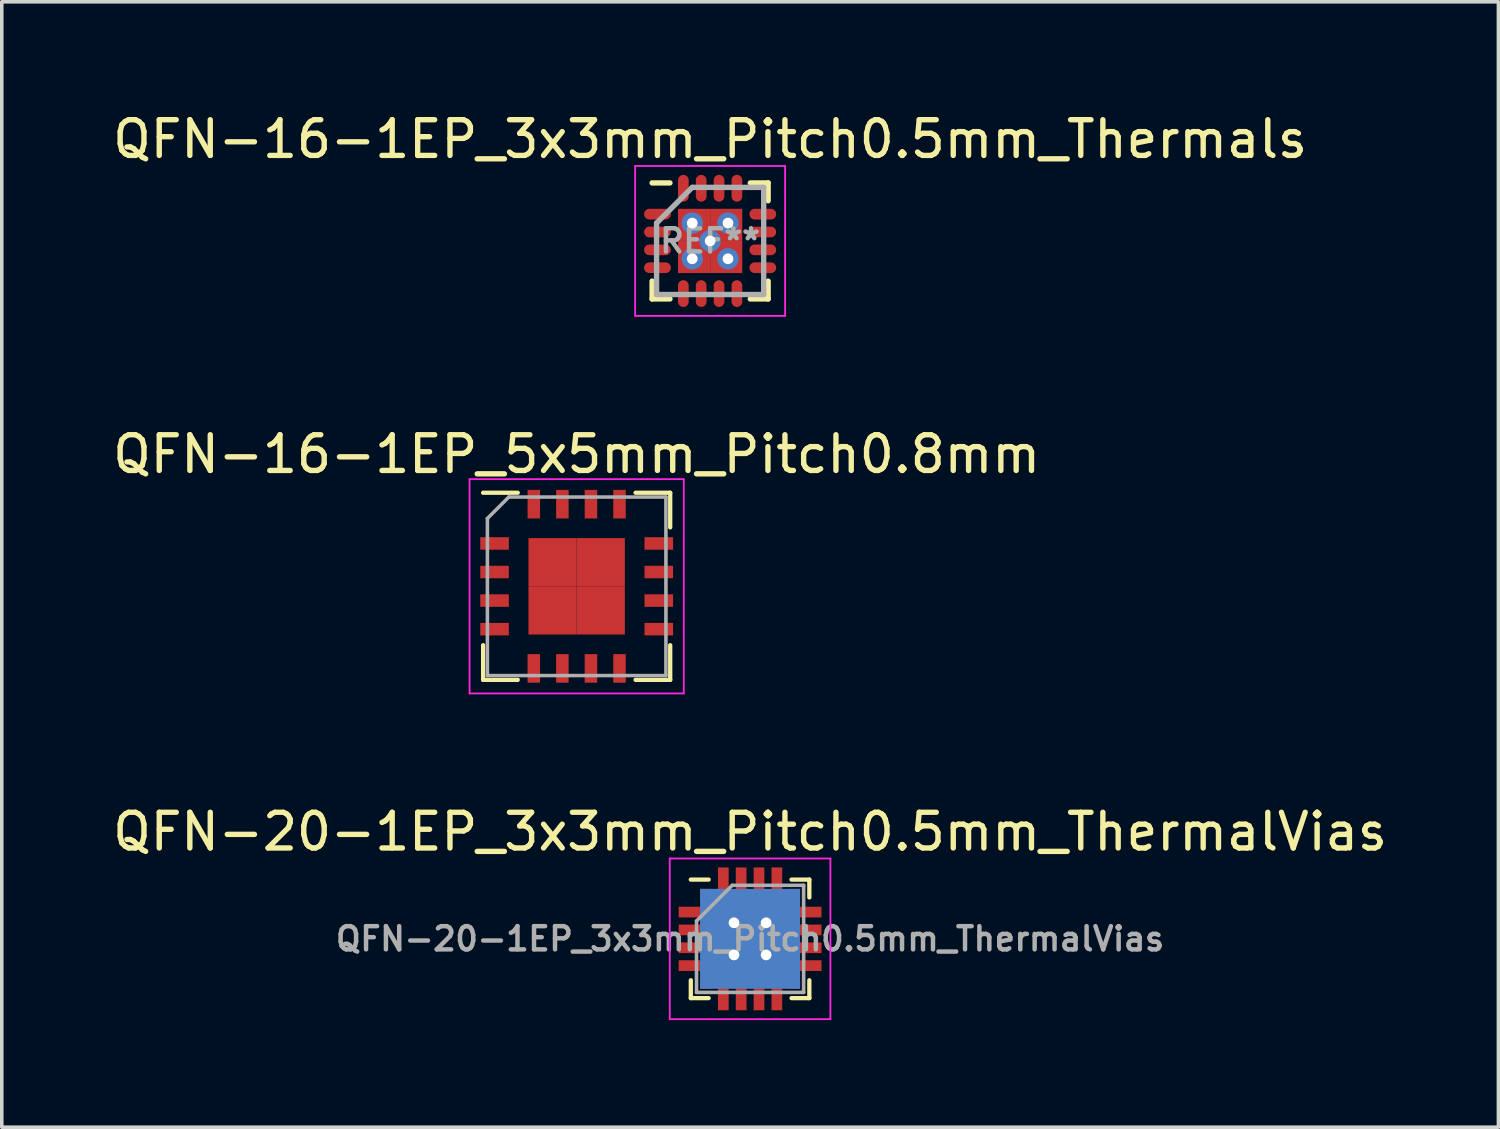
<source format=kicad_pcb>
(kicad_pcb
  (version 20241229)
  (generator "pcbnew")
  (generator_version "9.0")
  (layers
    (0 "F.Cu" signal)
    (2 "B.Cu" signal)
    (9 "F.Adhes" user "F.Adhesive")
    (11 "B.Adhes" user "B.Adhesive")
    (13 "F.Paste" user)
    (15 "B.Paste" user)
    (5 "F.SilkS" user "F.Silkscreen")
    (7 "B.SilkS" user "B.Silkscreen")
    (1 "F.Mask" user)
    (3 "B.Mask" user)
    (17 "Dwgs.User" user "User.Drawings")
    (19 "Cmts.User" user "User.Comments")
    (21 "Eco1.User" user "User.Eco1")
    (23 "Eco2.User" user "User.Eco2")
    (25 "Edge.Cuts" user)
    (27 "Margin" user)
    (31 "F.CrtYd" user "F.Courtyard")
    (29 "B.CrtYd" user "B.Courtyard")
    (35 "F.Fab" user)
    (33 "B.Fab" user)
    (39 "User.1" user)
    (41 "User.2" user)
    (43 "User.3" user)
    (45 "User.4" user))
  (footprint "QFN-16-1EP_3x3mm_Pitch0.5mm_Thermals"
    (layer "F.Cu")
    (at 16.839 3.698)
    (property "Reference" "QFN-16-1EP_3x3mm_Pitch0.5mm_Thermals" (at 0 -2.85 0) (layer "F.SilkS") (effects (font (size 1 1) (thickness 0.15))))
    (attr smd)
    (fp_line (start -1.625 -1.625) (end -1.125 -1.625) (stroke (width 0.15) (type solid)) (layer "F.SilkS"))
    (fp_line (start -1.625 1.625) (end -1.625 1.125) (stroke (width 0.15) (type solid)) (layer "F.SilkS"))
    (fp_line (start -1.625 1.625) (end -1.125 1.625) (stroke (width 0.15) (type solid)) (layer "F.SilkS"))
    (fp_line (start 1.625 -1.625) (end 1.125 -1.625) (stroke (width 0.15) (type solid)) (layer "F.SilkS"))
    (fp_line (start 1.625 -1.625) (end 1.625 -1.125) (stroke (width 0.15) (type solid)) (layer "F.SilkS"))
    (fp_line (start 1.625 1.625) (end 1.125 1.625) (stroke (width 0.15) (type solid)) (layer "F.SilkS"))
    (fp_line (start 1.625 1.625) (end 1.625 1.125) (stroke (width 0.15) (type solid)) (layer "F.SilkS"))
    (fp_line (start -2.1 -2.1) (end -2.1 2.1) (stroke (width 0.05) (type solid)) (layer "F.CrtYd"))
    (fp_line (start -2.1 -2.1) (end 2.1 -2.1) (stroke (width 0.05) (type solid)) (layer "F.CrtYd"))
    (fp_line (start -2.1 2.1) (end 2.1 2.1) (stroke (width 0.05) (type solid)) (layer "F.CrtYd"))
    (fp_line (start 2.1 -2.1) (end 2.1 2.1) (stroke (width 0.05) (type solid)) (layer "F.CrtYd"))
    (fp_line (start -1.5 -0.5) (end -0.5 -1.5) (stroke (width 0.15) (type solid)) (layer "F.Fab"))
    (fp_line (start -1.5 1.5) (end -1.5 -0.5) (stroke (width 0.15) (type solid)) (layer "F.Fab"))
    (fp_line (start -0.5 -1.5) (end 1.5 -1.5) (stroke (width 0.15) (type solid)) (layer "F.Fab"))
    (fp_line (start 1.5 -1.5) (end 1.5 1.5) (stroke (width 0.15) (type solid)) (layer "F.Fab"))
    (fp_line (start 1.5 1.5) (end -1.5 1.5) (stroke (width 0.15) (type solid)) (layer "F.Fab"))
    (fp_text user "REF**" (at 0 0 0) (layer "F.Fab") (effects (font (size 0.65 0.65) (thickness 0.125))))
    (pad "1" smd oval (at -1.475 -0.75) (size 0.75 0.3) (layers "F.Cu" "F.Mask" "F.Paste"))
    (pad "2" smd oval (at -1.475 -0.25) (size 0.75 0.3) (layers "F.Cu" "F.Mask" "F.Paste"))
    (pad "3" smd oval (at -1.475 0.25) (size 0.75 0.3) (layers "F.Cu" "F.Mask" "F.Paste"))
    (pad "4" smd oval (at -1.475 0.75) (size 0.75 0.3) (layers "F.Cu" "F.Mask" "F.Paste"))
    (pad "5" smd oval (at -0.75 1.475 90) (size 0.75 0.3) (layers "F.Cu" "F.Mask" "F.Paste"))
    (pad "6" smd oval (at -0.25 1.475 90) (size 0.75 0.3) (layers "F.Cu" "F.Mask" "F.Paste"))
    (pad "7" smd oval (at 0.25 1.475 90) (size 0.75 0.3) (layers "F.Cu" "F.Mask" "F.Paste"))
    (pad "8" smd oval (at 0.75 1.475 90) (size 0.75 0.3) (layers "F.Cu" "F.Mask" "F.Paste"))
    (pad "9" smd oval (at 1.475 0.75) (size 0.75 0.3) (layers "F.Cu" "F.Mask" "F.Paste"))
    (pad "10" smd oval (at 1.475 0.25) (size 0.75 0.3) (layers "F.Cu" "F.Mask" "F.Paste"))
    (pad "11" smd oval (at 1.475 -0.25) (size 0.75 0.3) (layers "F.Cu" "F.Mask" "F.Paste"))
    (pad "12" smd oval (at 1.475 -0.75) (size 0.75 0.3) (layers "F.Cu" "F.Mask" "F.Paste"))
    (pad "13" smd oval (at 0.75 -1.475 90) (size 0.75 0.3) (layers "F.Cu" "F.Mask" "F.Paste"))
    (pad "14" smd oval (at 0.25 -1.475 90) (size 0.75 0.3) (layers "F.Cu" "F.Mask" "F.Paste"))
    (pad "15" smd oval (at -0.25 -1.475 90) (size 0.75 0.3) (layers "F.Cu" "F.Mask" "F.Paste"))
    (pad "16" smd oval (at -0.75 -1.475 90) (size 0.75 0.3) (layers "F.Cu" "F.Mask" "F.Paste"))
    (pad "17" thru_hole circle (at -0.5 -0.5) (size 0.6 0.6) (drill 0.3) (layers "*.Cu"))
    (pad "17" thru_hole circle (at -0.5 0.5) (size 0.6 0.6) (drill 0.3) (layers "*.Cu"))
    (pad "17" smd rect (at -0.45 -0.45) (size 0.9 0.9) (layers "F.Cu" "F.Mask" "F.Paste"))
    (pad "17" smd rect (at -0.45 0.45) (size 0.9 0.9) (layers "F.Cu" "F.Mask" "F.Paste"))
    (pad "17" thru_hole circle (at 0 0) (size 0.6 0.6) (drill 0.3) (layers "*.Cu"))
    (pad "17" smd rect (at 0.45 -0.45) (size 0.9 0.9) (layers "F.Cu" "F.Mask" "F.Paste"))
    (pad "17" smd rect (at 0.45 0.45) (size 0.9 0.9) (layers "F.Cu" "F.Mask" "F.Paste"))
    (pad "17" thru_hole circle (at 0.5 -0.5) (size 0.6 0.6) (drill 0.3) (layers "*.Cu"))
    (pad "17" thru_hole circle (at 0.5 0.5) (size 0.6 0.6) (drill 0.3) (layers "*.Cu")))
  (footprint "QFN-20-1EP_3x3mm_Pitch0.5mm_ThermalVias"
    (layer "F.Cu")
    (at 17.958 23.245)
    (property "Reference" "QFN-20-1EP_3x3mm_Pitch0.5mm_ThermalVias" (at 0 -3 0) (layer "F.SilkS") (effects (font (size 1 1) (thickness 0.15))))
    (attr smd)
    (fp_line (start -1.66 -1.66) (end -1.16 -1.66) (stroke (width 0.12) (type solid)) (layer "F.SilkS"))
    (fp_line (start -1.66 1.66) (end -1.66 1.16) (stroke (width 0.12) (type solid)) (layer "F.SilkS"))
    (fp_line (start -1.16 1.66) (end -1.66 1.66) (stroke (width 0.12) (type solid)) (layer "F.SilkS"))
    (fp_line (start 1.16 -1.66) (end 1.66 -1.66) (stroke (width 0.12) (type solid)) (layer "F.SilkS"))
    (fp_line (start 1.16 1.66) (end 1.66 1.66) (stroke (width 0.12) (type solid)) (layer "F.SilkS"))
    (fp_line (start 1.66 -1.66) (end 1.66 -1.16) (stroke (width 0.12) (type solid)) (layer "F.SilkS"))
    (fp_line (start 1.66 1.66) (end 1.66 1.16) (stroke (width 0.12) (type solid)) (layer "F.SilkS"))
    (fp_line (start -2.25 -2.25) (end -2.25 2.25) (stroke (width 0.05) (type solid)) (layer "F.CrtYd"))
    (fp_line (start -2.25 2.25) (end 2.25 2.25) (stroke (width 0.05) (type solid)) (layer "F.CrtYd"))
    (fp_line (start 2.25 -2.25) (end -2.25 -2.25) (stroke (width 0.05) (type solid)) (layer "F.CrtYd"))
    (fp_line (start 2.25 2.25) (end 2.25 -2.25) (stroke (width 0.05) (type solid)) (layer "F.CrtYd"))
    (fp_line (start -1.5 -0.5) (end -0.5 -1.5) (stroke (width 0.1) (type solid)) (layer "F.Fab"))
    (fp_line (start -1.5 1.5) (end -1.5 -0.5) (stroke (width 0.1) (type solid)) (layer "F.Fab"))
    (fp_line (start -0.5 -1.5) (end 1.5 -1.5) (stroke (width 0.1) (type solid)) (layer "F.Fab"))
    (fp_line (start 1.5 -1.5) (end 1.5 1.5) (stroke (width 0.1) (type solid)) (layer "F.Fab"))
    (fp_line (start 1.5 1.5) (end -1.5 1.5) (stroke (width 0.1) (type solid)) (layer "F.Fab"))
    (fp_text user "${REFERENCE}" (at 0 0 0) (layer "F.Fab") (effects (font (size 0.65 0.65) (thickness 0.125))))
    (pad "1" smd rect (at -1.25 -1.25) (size 0.3 0.3) (layers "F.Cu" "F.Mask" "F.Paste"))
    (pad "2" smd rect (at -1.55 -0.75) (size 0.9 0.3) (layers "F.Cu" "F.Mask" "F.Paste"))
    (pad "3" smd rect (at -1.55 -0.25) (size 0.9 0.3) (layers "F.Cu" "F.Mask" "F.Paste"))
    (pad "4" smd rect (at -1.55 0.25) (size 0.9 0.3) (layers "F.Cu" "F.Mask" "F.Paste"))
    (pad "5" smd rect (at -1.55 0.75) (size 0.9 0.3) (layers "F.Cu" "F.Mask" "F.Paste"))
    (pad "6" smd rect (at -1.25 1.25) (size 0.3 0.3) (layers "F.Cu" "F.Mask" "F.Paste"))
    (pad "7" smd rect (at -0.75 1.55 90) (size 0.9 0.3) (layers "F.Cu" "F.Mask" "F.Paste"))
    (pad "8" smd rect (at -0.25 1.55 90) (size 0.9 0.3) (layers "F.Cu" "F.Mask" "F.Paste"))
    (pad "9" smd rect (at 0.25 1.55 90) (size 0.9 0.3) (layers "F.Cu" "F.Mask" "F.Paste"))
    (pad "10" smd rect (at 0.75 1.55 90) (size 0.9 0.3) (layers "F.Cu" "F.Mask" "F.Paste"))
    (pad "11" smd rect (at 1.25 1.25) (size 0.3 0.3) (layers "F.Cu" "F.Mask" "F.Paste"))
    (pad "12" smd rect (at 1.55 0.75) (size 0.9 0.3) (layers "F.Cu" "F.Mask" "F.Paste"))
    (pad "13" smd rect (at 1.55 0.25) (size 0.9 0.3) (layers "F.Cu" "F.Mask" "F.Paste"))
    (pad "14" smd rect (at 1.55 -0.25) (size 0.9 0.3) (layers "F.Cu" "F.Mask" "F.Paste"))
    (pad "15" smd rect (at 1.55 -0.75) (size 0.9 0.3) (layers "F.Cu" "F.Mask" "F.Paste"))
    (pad "16" smd rect (at 1.25 -1.25) (size 0.3 0.3) (layers "F.Cu" "F.Mask" "F.Paste"))
    (pad "17" smd rect (at 0.75 -1.55 90) (size 0.9 0.3) (layers "F.Cu" "F.Mask" "F.Paste"))
    (pad "18" smd rect (at 0.25 -1.55 90) (size 0.9 0.3) (layers "F.Cu" "F.Mask" "F.Paste"))
    (pad "19" smd rect (at -0.25 -1.55 90) (size 0.9 0.3) (layers "F.Cu" "F.Mask" "F.Paste"))
    (pad "20" smd rect (at -0.75 -1.55 90) (size 0.9 0.3) (layers "F.Cu" "F.Mask" "F.Paste"))
    (pad "21" thru_hole circle (at -0.45 -0.45) (size 0.6 0.6) (drill 0.3) (layers "*.Cu"))
    (pad "21" smd rect (at -0.45 -0.45) (size 0.9 0.9) (layers "F.Cu" "F.Mask" "F.Paste"))
    (pad "21" thru_hole circle (at -0.45 0.45) (size 0.6 0.6) (drill 0.3) (layers "*.Cu"))
    (pad "21" smd rect (at -0.45 0.45) (size 0.9 0.9) (layers "F.Cu" "F.Mask" "F.Paste"))
    (pad "21" smd rect (at 0 0) (size 2.8 2.8) (layers "B.Cu"))
    (pad "21" thru_hole circle (at 0.45 -0.45) (size 0.6 0.6) (drill 0.3) (layers "*.Cu"))
    (pad "21" smd rect (at 0.45 -0.45) (size 0.9 0.9) (layers "F.Cu" "F.Mask" "F.Paste"))
    (pad "21" thru_hole circle (at 0.45 0.45) (size 0.6 0.6) (drill 0.3) (layers "*.Cu"))
    (pad "21" smd rect (at 0.45 0.45) (size 0.9 0.9) (layers "F.Cu" "F.Mask" "F.Paste")))
  (footprint "QFN-16-1EP_5x5mm_Pitch0.8mm"
    (layer "F.Cu")
    (at 13.101 13.371)
    (property "Reference" "QFN-16-1EP_5x5mm_Pitch0.8mm" (at 0 -3.7 0) (layer "F.SilkS") (effects (font (size 1 1) (thickness 0.15))))
    (attr smd)
    (fp_line (start -2.62 -2.62) (end -1.65 -2.62) (stroke (width 0.12) (type solid)) (layer "F.SilkS"))
    (fp_line (start -2.62 2.62) (end -2.62 1.65) (stroke (width 0.12) (type solid)) (layer "F.SilkS"))
    (fp_line (start -2.62 2.62) (end -1.65 2.62) (stroke (width 0.12) (type solid)) (layer "F.SilkS"))
    (fp_line (start 2.62 -2.62) (end 1.65 -2.62) (stroke (width 0.12) (type solid)) (layer "F.SilkS"))
    (fp_line (start 2.62 -2.62) (end 2.62 -1.65) (stroke (width 0.12) (type solid)) (layer "F.SilkS"))
    (fp_line (start 2.62 2.62) (end 1.65 2.62) (stroke (width 0.12) (type solid)) (layer "F.SilkS"))
    (fp_line (start 2.62 2.62) (end 2.62 1.65) (stroke (width 0.12) (type solid)) (layer "F.SilkS"))
    (fp_line (start -3 -3) (end -3 3) (stroke (width 0.05) (type solid)) (layer "F.CrtYd"))
    (fp_line (start -3 -3) (end 3 -3) (stroke (width 0.05) (type solid)) (layer "F.CrtYd"))
    (fp_line (start -3 3) (end 3 3) (stroke (width 0.05) (type solid)) (layer "F.CrtYd"))
    (fp_line (start 3 -3) (end 3 3) (stroke (width 0.05) (type solid)) (layer "F.CrtYd"))
    (fp_line (start -2.5 -1.9) (end -1.9 -2.5) (stroke (width 0.1) (type solid)) (layer "F.Fab"))
    (fp_line (start -2.5 2.5) (end -2.5 -1.9) (stroke (width 0.1) (type solid)) (layer "F.Fab"))
    (fp_line (start -1.9 -2.5) (end 2.5 -2.5) (stroke (width 0.1) (type solid)) (layer "F.Fab"))
    (fp_line (start 2.5 -2.5) (end 2.5 2.5) (stroke (width 0.1) (type solid)) (layer "F.Fab"))
    (fp_line (start 2.5 2.5) (end -2.5 2.5) (stroke (width 0.1) (type solid)) (layer "F.Fab"))
    (pad "1" smd rect (at -2.3 -1.2) (size 0.8 0.35) (layers "F.Cu" "F.Mask" "F.Paste"))
    (pad "2" smd rect (at -2.3 -0.4) (size 0.8 0.35) (layers "F.Cu" "F.Mask" "F.Paste"))
    (pad "3" smd rect (at -2.3 0.4) (size 0.8 0.35) (layers "F.Cu" "F.Mask" "F.Paste"))
    (pad "4" smd rect (at -2.3 1.2) (size 0.8 0.35) (layers "F.Cu" "F.Mask" "F.Paste"))
    (pad "5" smd rect (at -1.2 2.3 90) (size 0.8 0.35) (layers "F.Cu" "F.Mask" "F.Paste"))
    (pad "6" smd rect (at -0.4 2.3 90) (size 0.8 0.35) (layers "F.Cu" "F.Mask" "F.Paste"))
    (pad "7" smd rect (at 0.4 2.3 90) (size 0.8 0.35) (layers "F.Cu" "F.Mask" "F.Paste"))
    (pad "8" smd rect (at 1.2 2.3 90) (size 0.8 0.35) (layers "F.Cu" "F.Mask" "F.Paste"))
    (pad "9" smd rect (at 2.3 1.2) (size 0.8 0.35) (layers "F.Cu" "F.Mask" "F.Paste"))
    (pad "10" smd rect (at 2.3 0.4) (size 0.8 0.35) (layers "F.Cu" "F.Mask" "F.Paste"))
    (pad "11" smd rect (at 2.3 -0.4) (size 0.8 0.35) (layers "F.Cu" "F.Mask" "F.Paste"))
    (pad "12" smd rect (at 2.3 -1.2) (size 0.8 0.35) (layers "F.Cu" "F.Mask" "F.Paste"))
    (pad "13" smd rect (at 1.2 -2.3 90) (size 0.8 0.35) (layers "F.Cu" "F.Mask" "F.Paste"))
    (pad "14" smd rect (at 0.4 -2.3 90) (size 0.8 0.35) (layers "F.Cu" "F.Mask" "F.Paste"))
    (pad "15" smd rect (at -0.4 -2.3 90) (size 0.8 0.35) (layers "F.Cu" "F.Mask" "F.Paste"))
    (pad "16" smd rect (at -1.2 -2.3 90) (size 0.8 0.35) (layers "F.Cu" "F.Mask" "F.Paste"))
    (pad "17" smd rect (at -0.675 -0.675) (size 1.35 1.35) (layers "F.Cu" "F.Mask" "F.Paste"))
    (pad "17" smd rect (at -0.675 0.675) (size 1.35 1.35) (layers "F.Cu" "F.Mask" "F.Paste"))
    (pad "17" smd rect (at 0.675 -0.675) (size 1.35 1.35) (layers "F.Cu" "F.Mask" "F.Paste"))
    (pad "17" smd rect (at 0.675 0.675) (size 1.35 1.35) (layers "F.Cu" "F.Mask" "F.Paste")))
  (gr_rect
    (start -3 -3)
    (end 38.917 28.52)
    (stroke (width 0.1) (type default))
    (fill no)
    (layer "Edge.Cuts")))
</source>
